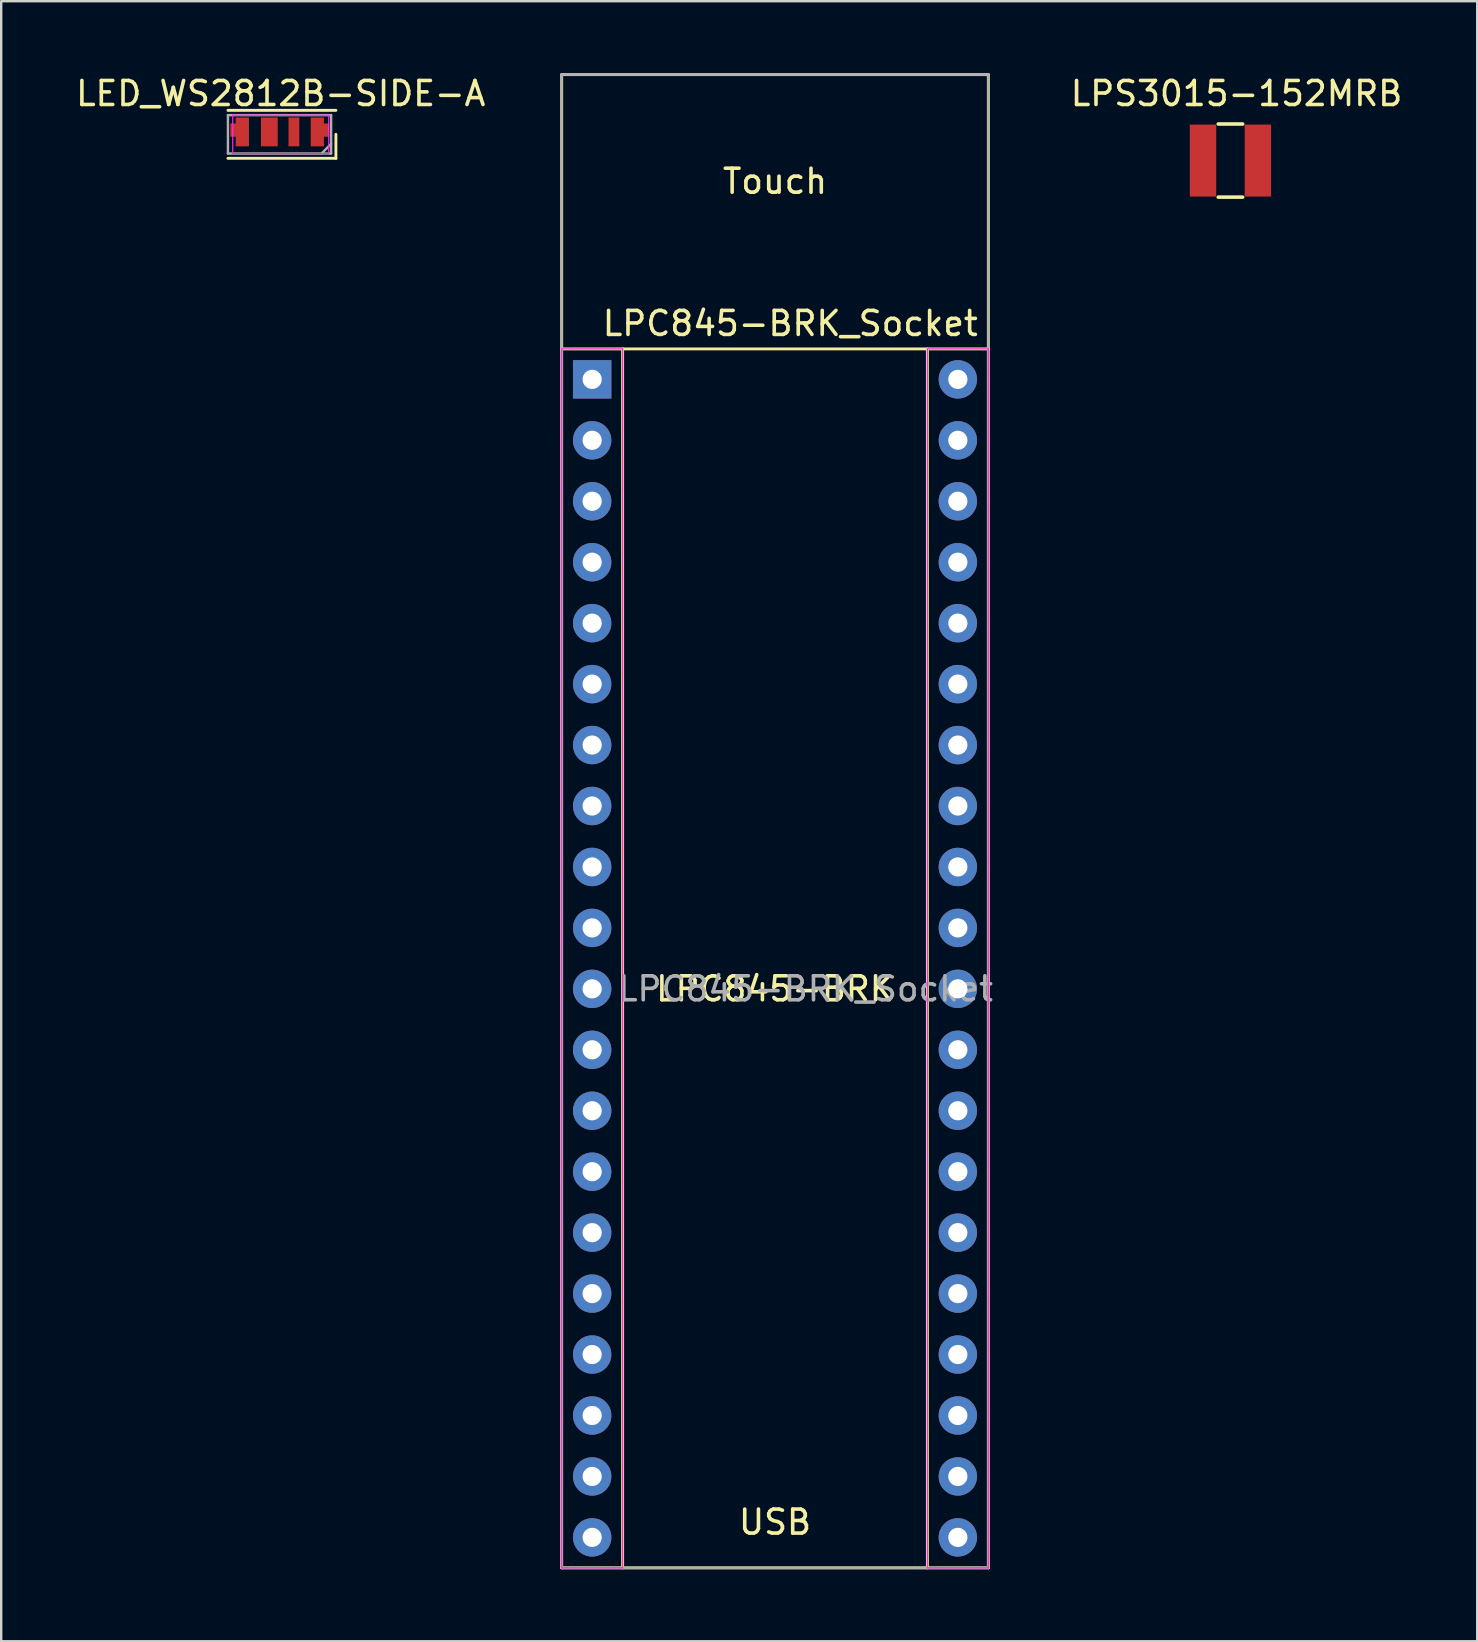
<source format=kicad_pcb>
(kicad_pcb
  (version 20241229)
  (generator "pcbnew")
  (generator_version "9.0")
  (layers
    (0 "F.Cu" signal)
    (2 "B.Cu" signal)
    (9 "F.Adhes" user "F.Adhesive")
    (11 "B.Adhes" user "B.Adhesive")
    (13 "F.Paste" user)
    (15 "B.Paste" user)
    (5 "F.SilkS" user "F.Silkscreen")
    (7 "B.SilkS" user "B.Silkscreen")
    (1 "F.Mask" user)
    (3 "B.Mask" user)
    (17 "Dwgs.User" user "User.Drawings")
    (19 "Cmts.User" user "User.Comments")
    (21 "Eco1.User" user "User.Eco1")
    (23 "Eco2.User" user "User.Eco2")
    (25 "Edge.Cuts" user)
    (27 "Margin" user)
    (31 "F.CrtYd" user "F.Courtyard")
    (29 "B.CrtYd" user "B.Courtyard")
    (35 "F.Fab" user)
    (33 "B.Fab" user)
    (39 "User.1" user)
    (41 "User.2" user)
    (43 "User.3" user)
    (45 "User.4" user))
  (footprint "LPS3015-152MRB"
    (layer "F.Cu")
    (at 48.228 3.642)
    (property "Reference" "LPS3015-152MRB" (at 0.254 -2.794 0) (layer "F.SilkS") (effects (font (size 1 1) (thickness 0.15))))
    (attr through_hole)
    (fp_line (start -0.508 1.524) (end 0.508 1.524) (stroke (width 0.15) (type solid)) (layer "F.SilkS"))
    (fp_line (start 0.508 -1.524) (end -0.508 -1.524) (stroke (width 0.15) (type solid)) (layer "F.SilkS"))
    (pad "1" smd rect (at -1.143 0) (size 1.1 3) (layers "F.Cu" "F.Mask" "F.Paste"))
    (pad "2" smd rect (at 1.143 0) (size 1.1 3) (layers "F.Cu" "F.Mask" "F.Paste")))
  (footprint "LED_WS2812B-SIDE-A"
    (layer "F.Cu")
    (at 7.049 2.448)
    (property "Reference" "LED_WS2812B-SIDE-A" (at 1.6 -1.6 0) (layer "F.SilkS") (effects (font (size 1 1) (thickness 0.15))))
    (attr smd)
    (fp_line (start -0.6 -0.9) (end 3.9 -0.9) (stroke (width 0.12) (type solid)) (layer "F.SilkS"))
    (fp_line (start -0.6 1.1) (end 3.9 1.1) (stroke (width 0.12) (type solid)) (layer "F.SilkS"))
    (fp_line (start 3.9 1.1) (end 3.9 0.1) (stroke (width 0.12) (type solid)) (layer "F.SilkS"))
    (fp_line (start -0.4 -0.7) (end -0.4 0.9) (stroke (width 0.05) (type solid)) (layer "F.CrtYd"))
    (fp_line (start -0.4 -0.7) (end 3.6 -0.7) (stroke (width 0.05) (type solid)) (layer "F.CrtYd"))
    (fp_line (start -0.4 0.9) (end 3.6 0.9) (stroke (width 0.05) (type solid)) (layer "F.CrtYd"))
    (fp_line (start 3.6 0.9) (end 3.6 -0.7) (stroke (width 0.05) (type solid)) (layer "F.CrtYd"))
    (fp_line (start -0.6 -0.7) (end -0.6 0.9) (stroke (width 0.1) (type solid)) (layer "F.Fab"))
    (fp_line (start 3.7 -0.7) (end -0.6 -0.7) (stroke (width 0.1) (type solid)) (layer "F.Fab"))
    (fp_line (start 3.7 -0.7) (end 3.7 0.9) (stroke (width 0.1) (type solid)) (layer "F.Fab"))
    (fp_line (start 3.7 0.5) (end 3.3 0.9) (stroke (width 0.1) (type solid)) (layer "F.Fab"))
    (fp_line (start 3.7 0.9) (end -0.6 0.9) (stroke (width 0.1) (type solid)) (layer "F.Fab"))
    (pad "1" smd custom (at 0 0) (size 0.55 1.2) (layers "F.Cu" "F.Mask" "F.Paste") (options (anchor rect)) (primitives (gr_poly (pts (xy -0.5 -0.35) (xy 0 -0.35) (xy 0 0.2) (xy -0.5 0.2)) (width 0) (fill yes))))
    (pad "2" smd rect (at 1.125 0) (size 0.7 1.2) (layers "F.Cu" "F.Mask" "F.Paste"))
    (pad "3" smd rect (at 2.15 0) (size 0.45 1.2) (layers "F.Cu" "F.Mask" "F.Paste"))
    (pad "4" smd custom (at 3.125 0) (size 0.55 1.2) (layers "F.Cu" "F.Mask" "F.Paste") (options (anchor rect)) (primitives (gr_poly (pts (xy 0.5 -0.35) (xy 0 -0.35) (xy 0 0.2) (xy 0.5 0.2)) (width 0) (fill yes)))))
  (footprint "LPC845-BRK_Socket"
    (layer "F.Cu")
    (at 21.628 12.76)
    (property "Reference" "LPC845-BRK_Socket" (at 8.255 -2.33 0) (layer "F.SilkS") (effects (font (size 1 1) (thickness 0.15))))
    (attr through_hole)
    (fp_line (start -1.27 -1.27) (end -1.27 -12.7) (stroke (width 0.12) (type solid)) (layer "F.SilkS"))
    (fp_line (start -1.27 -1.27) (end -1.27 49.53) (stroke (width 0.12) (type solid)) (layer "F.SilkS"))
    (fp_line (start -1.27 49.53) (end 16.51 49.53) (stroke (width 0.12) (type solid)) (layer "F.SilkS"))
    (fp_line (start 1.27 -1.27) (end 1.27 49.53) (stroke (width 0.12) (type solid)) (layer "F.SilkS"))
    (fp_line (start 13.97 49.53) (end 13.97 -1.27) (stroke (width 0.12) (type solid)) (layer "F.SilkS"))
    (fp_line (start 16.51 -12.7) (end -1.27 -12.7) (stroke (width 0.12) (type solid)) (layer "F.SilkS"))
    (fp_line (start 16.51 -1.27) (end -1.27 -1.27) (stroke (width 0.12) (type solid)) (layer "F.SilkS"))
    (fp_line (start 16.51 -1.27) (end 16.51 -12.7) (stroke (width 0.12) (type solid)) (layer "F.SilkS"))
    (fp_line (start 16.51 49.53) (end 16.51 -1.27) (stroke (width 0.12) (type solid)) (layer "F.SilkS"))
    (fp_line (start -1.27 -1.27) (end -1.27 49.53) (stroke (width 0.05) (type solid)) (layer "F.CrtYd"))
    (fp_line (start -1.27 49.53) (end 1.27 49.53) (stroke (width 0.05) (type solid)) (layer "F.CrtYd"))
    (fp_line (start 1.27 -1.27) (end -1.27 -1.27) (stroke (width 0.05) (type solid)) (layer "F.CrtYd"))
    (fp_line (start 1.27 -1.27) (end 1.27 49.53) (stroke (width 0.05) (type solid)) (layer "F.CrtYd"))
    (fp_line (start 13.97 49.53) (end 13.97 -1.27) (stroke (width 0.05) (type solid)) (layer "F.CrtYd"))
    (fp_line (start 13.97 49.53) (end 16.51 49.53) (stroke (width 0.05) (type solid)) (layer "F.CrtYd"))
    (fp_line (start 16.51 -1.27) (end 13.97 -1.27) (stroke (width 0.05) (type solid)) (layer "F.CrtYd"))
    (fp_line (start 16.51 49.53) (end 16.51 -1.27) (stroke (width 0.05) (type solid)) (layer "F.CrtYd"))
    (fp_line (start -1.27 -12.7) (end -1.27 49.53) (stroke (width 0.1) (type solid)) (layer "F.Fab"))
    (fp_line (start -1.27 49.53) (end 16.51 49.53) (stroke (width 0.1) (type solid)) (layer "F.Fab"))
    (fp_line (start 16.51 -12.7) (end -1.27 -12.7) (stroke (width 0.1) (type solid)) (layer "F.Fab"))
    (fp_line (start 16.51 49.53) (end 16.51 -12.7) (stroke (width 0.1) (type solid)) (layer "F.Fab"))
    (fp_text user "Touch" (at 7.62 -8.255 0) (layer "F.SilkS") (effects (font (size 1 1) (thickness 0.15))))
    (fp_text user "USB" (at 7.62 47.625 0) (layer "F.SilkS") (effects (font (size 1 1) (thickness 0.15))))
    (fp_text user "LPC845-BRK" (at 7.62 25.4 0) (layer "F.SilkS") (effects (font (size 1 1) (thickness 0.15))))
    (fp_text user "${REFERENCE}" (at 8.89 25.4 0) (layer "F.Fab") (effects (font (size 1 1) (thickness 0.15))))
    (pad "1" thru_hole rect (at 0 0) (size 1.6 1.6) (drill 0.8) (layers "*.Cu" "*.Mask"))
    (pad "2" thru_hole oval (at 0 2.54) (size 1.6 1.6) (drill 0.8) (layers "*.Cu" "*.Mask"))
    (pad "3" thru_hole oval (at 0 5.08) (size 1.6 1.6) (drill 0.8) (layers "*.Cu" "*.Mask"))
    (pad "4" thru_hole oval (at 0 7.62) (size 1.6 1.6) (drill 0.8) (layers "*.Cu" "*.Mask"))
    (pad "5" thru_hole oval (at 0 10.16) (size 1.6 1.6) (drill 0.8) (layers "*.Cu" "*.Mask"))
    (pad "6" thru_hole oval (at 0 12.7) (size 1.6 1.6) (drill 0.8) (layers "*.Cu" "*.Mask"))
    (pad "7" thru_hole oval (at 0 15.24) (size 1.6 1.6) (drill 0.8) (layers "*.Cu" "*.Mask"))
    (pad "8" thru_hole oval (at 0 17.78) (size 1.6 1.6) (drill 0.8) (layers "*.Cu" "*.Mask"))
    (pad "9" thru_hole oval (at 0 20.32) (size 1.6 1.6) (drill 0.8) (layers "*.Cu" "*.Mask"))
    (pad "10" thru_hole oval (at 0 22.86) (size 1.6 1.6) (drill 0.8) (layers "*.Cu" "*.Mask"))
    (pad "11" thru_hole oval (at 0 25.4) (size 1.6 1.6) (drill 0.8) (layers "*.Cu" "*.Mask"))
    (pad "12" thru_hole oval (at 0 27.94) (size 1.6 1.6) (drill 0.8) (layers "*.Cu" "*.Mask"))
    (pad "13" thru_hole oval (at 0 30.48) (size 1.6 1.6) (drill 0.8) (layers "*.Cu" "*.Mask"))
    (pad "14" thru_hole oval (at 0 33.02) (size 1.6 1.6) (drill 0.8) (layers "*.Cu" "*.Mask"))
    (pad "15" thru_hole oval (at 0 35.56) (size 1.6 1.6) (drill 0.8) (layers "*.Cu" "*.Mask"))
    (pad "16" thru_hole oval (at 0 38.1) (size 1.6 1.6) (drill 0.8) (layers "*.Cu" "*.Mask"))
    (pad "17" thru_hole oval (at 0 40.64) (size 1.6 1.6) (drill 0.8) (layers "*.Cu" "*.Mask"))
    (pad "18" thru_hole oval (at 0 43.18) (size 1.6 1.6) (drill 0.8) (layers "*.Cu" "*.Mask"))
    (pad "19" thru_hole oval (at 0 45.72) (size 1.6 1.6) (drill 0.8) (layers "*.Cu" "*.Mask"))
    (pad "20" thru_hole oval (at 0 48.26) (size 1.6 1.6) (drill 0.8) (layers "*.Cu" "*.Mask"))
    (pad "21" thru_hole oval (at 15.24 48.26) (size 1.6 1.6) (drill 0.8) (layers "*.Cu" "*.Mask"))
    (pad "22" thru_hole oval (at 15.24 45.72) (size 1.6 1.6) (drill 0.8) (layers "*.Cu" "*.Mask"))
    (pad "23" thru_hole oval (at 15.24 43.18) (size 1.6 1.6) (drill 0.8) (layers "*.Cu" "*.Mask"))
    (pad "24" thru_hole oval (at 15.24 40.64) (size 1.6 1.6) (drill 0.8) (layers "*.Cu" "*.Mask"))
    (pad "25" thru_hole oval (at 15.24 38.1) (size 1.6 1.6) (drill 0.8) (layers "*.Cu" "*.Mask"))
    (pad "26" thru_hole oval (at 15.24 35.56) (size 1.6 1.6) (drill 0.8) (layers "*.Cu" "*.Mask"))
    (pad "27" thru_hole oval (at 15.24 33.02) (size 1.6 1.6) (drill 0.8) (layers "*.Cu" "*.Mask"))
    (pad "28" thru_hole oval (at 15.24 30.48) (size 1.6 1.6) (drill 0.8) (layers "*.Cu" "*.Mask"))
    (pad "29" thru_hole oval (at 15.24 27.94) (size 1.6 1.6) (drill 0.8) (layers "*.Cu" "*.Mask"))
    (pad "30" thru_hole oval (at 15.24 25.4) (size 1.6 1.6) (drill 0.8) (layers "*.Cu" "*.Mask"))
    (pad "31" thru_hole oval (at 15.24 22.86) (size 1.6 1.6) (drill 0.8) (layers "*.Cu" "*.Mask"))
    (pad "32" thru_hole oval (at 15.24 20.32) (size 1.6 1.6) (drill 0.8) (layers "*.Cu" "*.Mask"))
    (pad "33" thru_hole oval (at 15.24 17.78) (size 1.6 1.6) (drill 0.8) (layers "*.Cu" "*.Mask"))
    (pad "34" thru_hole oval (at 15.24 15.24) (size 1.6 1.6) (drill 0.8) (layers "*.Cu" "*.Mask"))
    (pad "35" thru_hole oval (at 15.24 12.7) (size 1.6 1.6) (drill 0.8) (layers "*.Cu" "*.Mask"))
    (pad "36" thru_hole oval (at 15.24 10.16) (size 1.6 1.6) (drill 0.8) (layers "*.Cu" "*.Mask"))
    (pad "37" thru_hole oval (at 15.24 7.62) (size 1.6 1.6) (drill 0.8) (layers "*.Cu" "*.Mask"))
    (pad "38" thru_hole oval (at 15.24 5.08) (size 1.6 1.6) (drill 0.8) (layers "*.Cu" "*.Mask"))
    (pad "39" thru_hole oval (at 15.24 2.54) (size 1.6 1.6) (drill 0.8) (layers "*.Cu" "*.Mask"))
    (pad "40" thru_hole oval (at 15.24 0) (size 1.6 1.6) (drill 0.8) (layers "*.Cu" "*.Mask")))
  (gr_rect
    (start -3 -3)
    (end 58.512 65.35)
    (stroke (width 0.1) (type default))
    (fill no)
    (layer "Edge.Cuts")))
</source>
